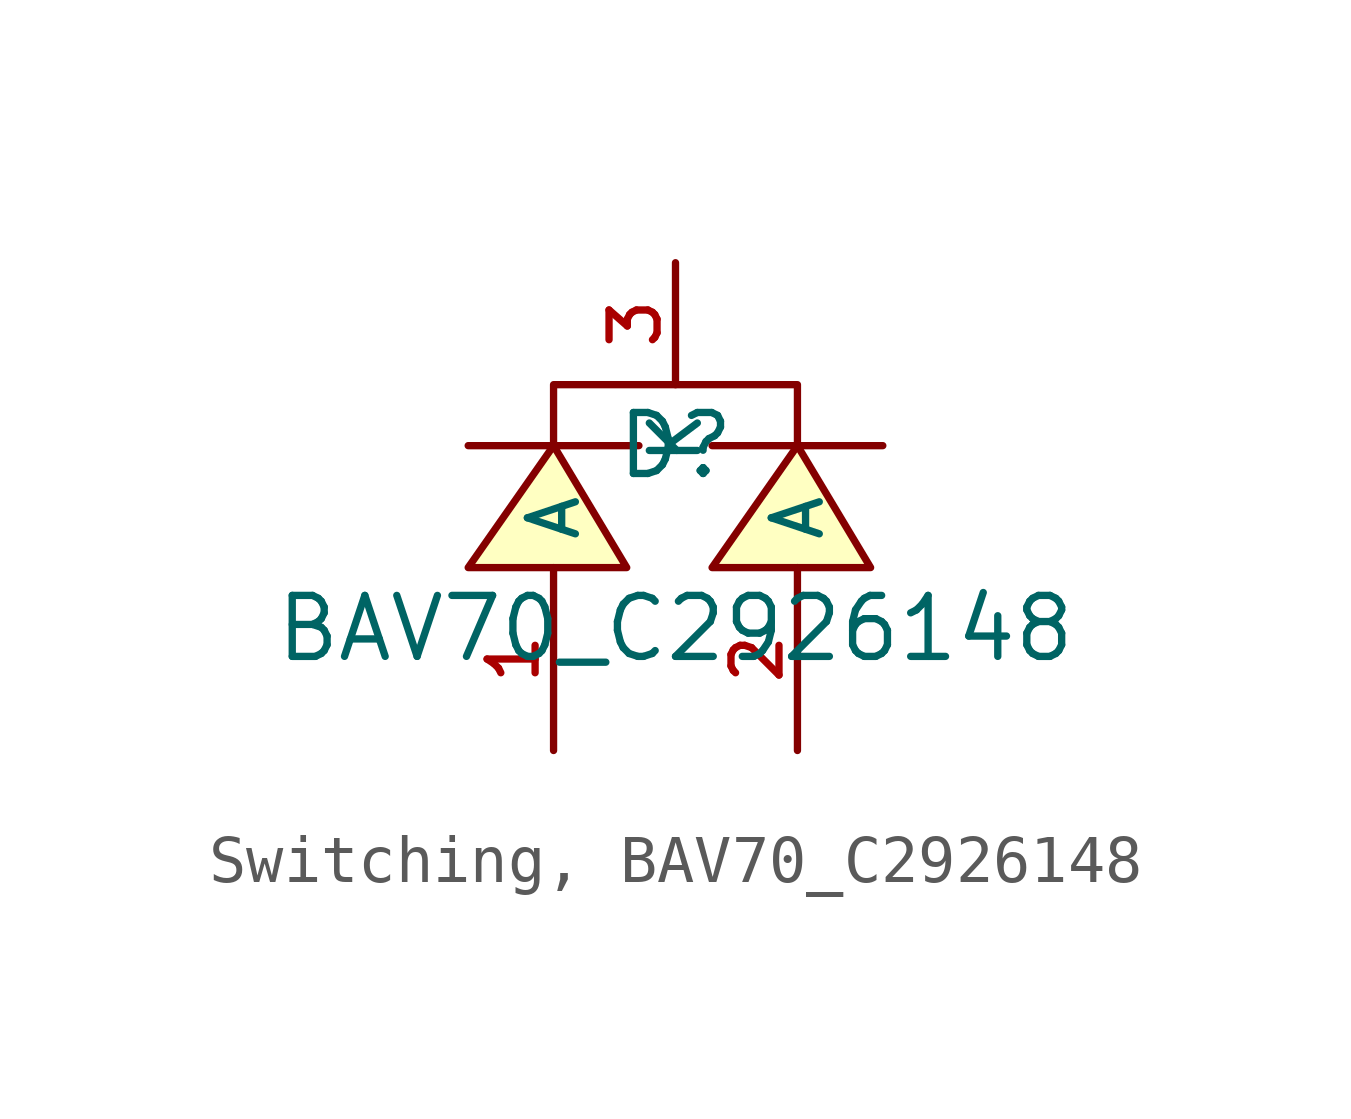
<source format=kicad_sym>
(kicad_symbol_lib
  (version 20231120)
  (generator "CDFER_Archive_Tool")
  (generator_version "0.0")
  (symbol "Switching, BAV70_C2926148"
    (property "Reference" "D"
      (at 0 1.27 0)
      (effects (font (size 1.27 1.27))))
    (property "Value" "BAV70_C2926148"
      (at 0 -2.54 0)
      (effects (font (size 1.27 1.27))))
    (symbol "Switching, BAV70_C2926148_0_1"
      (polyline (pts (xy -0.762 1.27) (xy -4.318 1.27)) (stroke (width 0) (type default)) (fill (type none)))
      (polyline (pts (xy 4.318 1.27) (xy 0.762 1.27)) (stroke (width 0) (type default)) (fill (type none)))
      (polyline (pts (xy -1.016 -1.27) (xy -2.54 1.27) (xy -4.318 -1.27) (xy -1.016 -1.27)) (stroke (width 0) (type default)) (fill (type background)))
      (polyline (pts (xy 2.54 1.27) (xy 2.54 2.54) (xy -2.54 2.54) (xy -2.54 1.27)) (stroke (width 0) (type default)) (fill (type none)))
      (polyline (pts (xy 4.064 -1.27) (xy 2.54 1.27) (xy 0.762 -1.27) (xy 4.064 -1.27)) (stroke (width 0) (type default)) (fill (type background)))
      (pin unspecified line (at -2.54 -5.08 90) (length 3.81) (name "A" (effects (font (size 1 1)))) (number "1" (effects (font (size 1 1)))))
      (pin unspecified line (at 2.54 -5.08 90) (length 3.81) (name "A" (effects (font (size 1 1)))) (number "2" (effects (font (size 1 1)))))
      (pin unspecified line (at 0 5.08 270) (length 2.54) (name "K" (effects (font (size 1 1)))) (number "3" (effects (font (size 1 1))))))))
</source>
